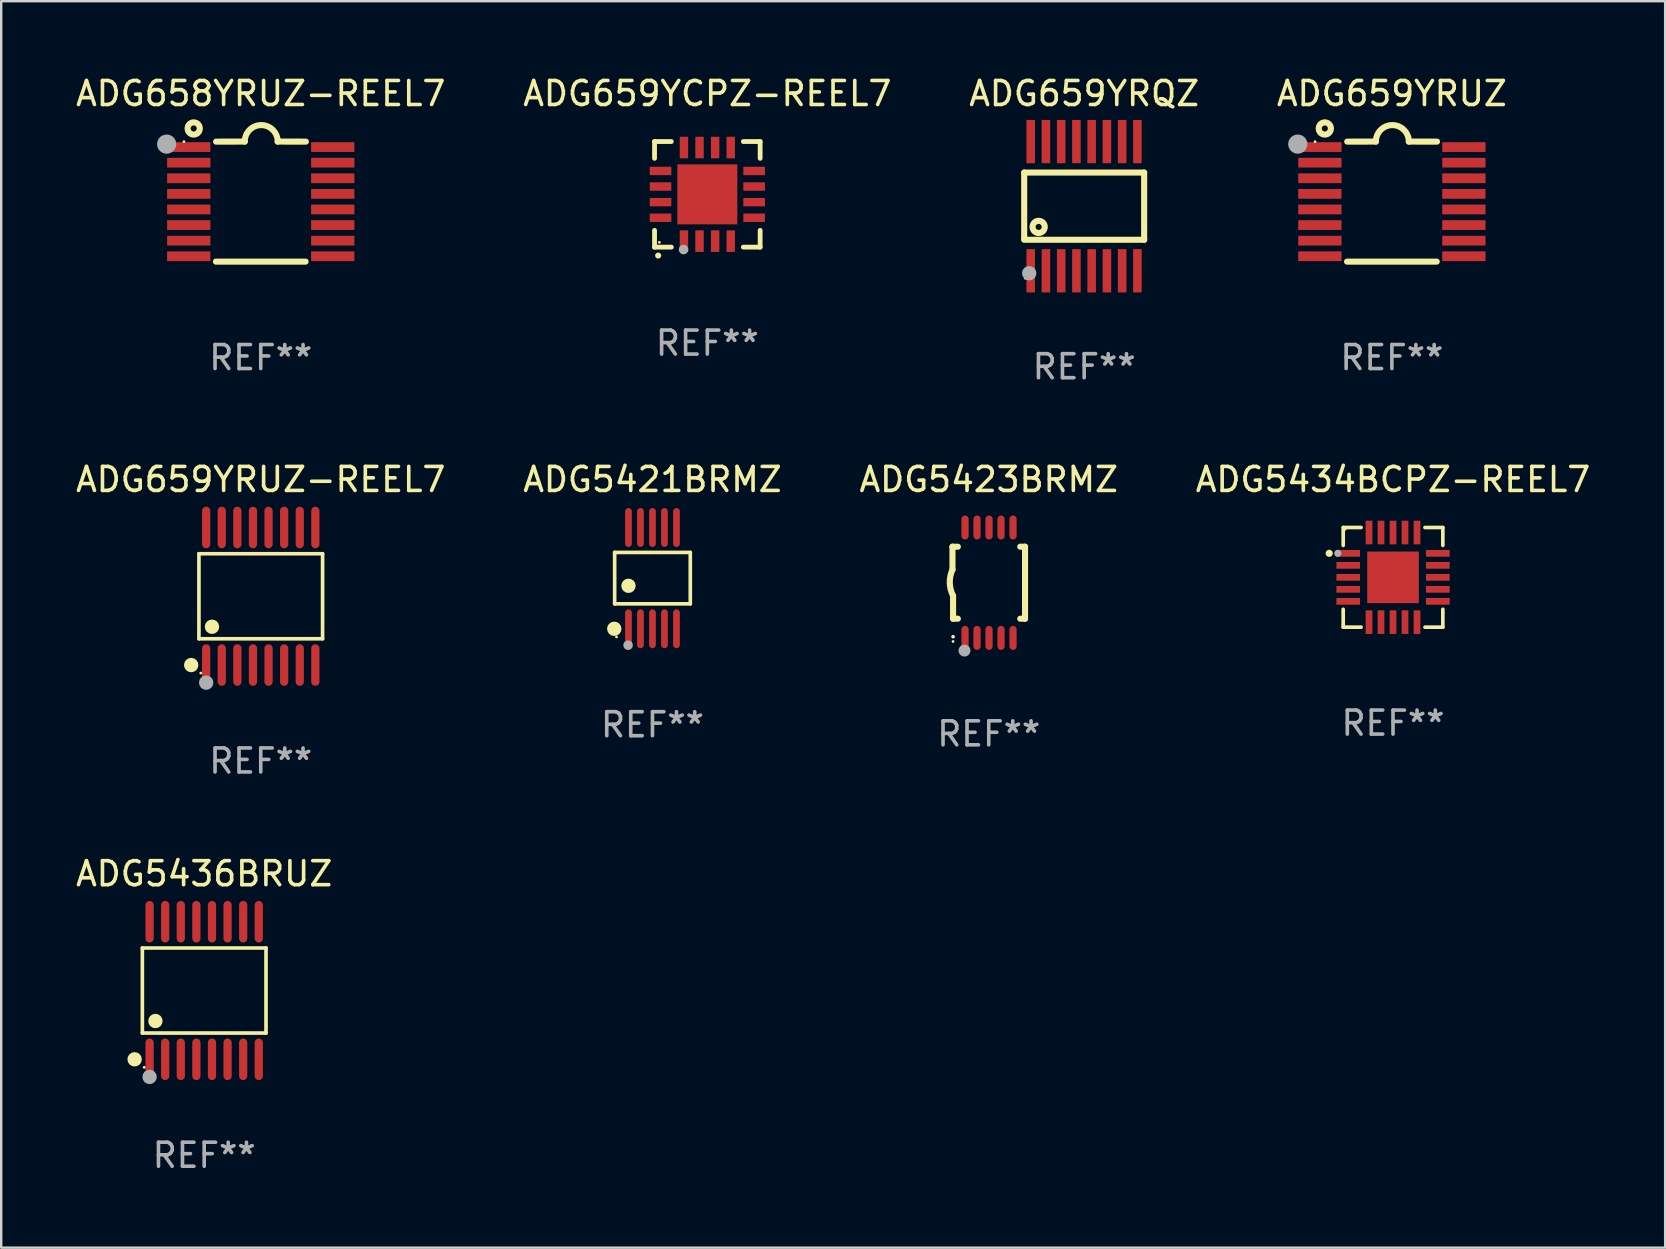
<source format=kicad_pcb>
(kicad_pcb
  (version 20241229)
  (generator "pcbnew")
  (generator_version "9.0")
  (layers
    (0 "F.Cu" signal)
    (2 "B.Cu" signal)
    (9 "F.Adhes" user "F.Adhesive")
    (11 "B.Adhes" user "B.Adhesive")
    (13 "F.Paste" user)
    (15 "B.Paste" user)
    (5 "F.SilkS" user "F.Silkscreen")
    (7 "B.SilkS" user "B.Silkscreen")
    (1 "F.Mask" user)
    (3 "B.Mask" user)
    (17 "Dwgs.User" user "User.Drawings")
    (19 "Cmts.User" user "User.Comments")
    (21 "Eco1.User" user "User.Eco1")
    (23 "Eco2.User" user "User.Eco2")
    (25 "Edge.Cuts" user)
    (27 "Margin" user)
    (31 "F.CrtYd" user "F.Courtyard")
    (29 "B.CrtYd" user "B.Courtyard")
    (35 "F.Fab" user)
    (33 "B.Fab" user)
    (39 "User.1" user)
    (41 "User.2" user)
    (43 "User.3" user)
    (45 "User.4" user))
  (footprint "ADG659YRUZ-REEL7"
    (layer "F.Cu")
    (at 7.815 21.795)
    (property "Reference" "ADG659YRUZ-REEL7" (at 0 -4.866 0) (layer "F.SilkS") (effects (font (size 1 1) (thickness 0.15))))
    (attr through_hole)
    (fp_line (start -2.576 -1.772) (end 2.576 -1.772) (stroke (width 0.152) (type solid)) (layer "F.SilkS"))
    (fp_line (start -2.576 1.771) (end -2.576 -1.772) (stroke (width 0.152) (type solid)) (layer "F.SilkS"))
    (fp_line (start 2.576 -1.772) (end 2.576 1.771) (stroke (width 0.152) (type solid)) (layer "F.SilkS"))
    (fp_line (start 2.576 1.771) (end -2.576 1.771) (stroke (width 0.152) (type solid)) (layer "F.SilkS"))
    (fp_circle (center -2.899 2.866) (end -2.749 2.866) (stroke (width 0.3) (type solid)) (fill no) (layer "F.SilkS"))
    (fp_circle (center -2.5 3.2) (end -2.47 3.2) (stroke (width 0.06) (type solid)) (fill no) (layer "F.SilkS"))
    (fp_circle (center -2.032 1.27) (end -1.882 1.27) (stroke (width 0.3) (type solid)) (fill no) (layer "F.SilkS"))
    (fp_circle (center -2.275 3.6) (end -2.125 3.6) (stroke (width 0.3) (type solid)) (fill no) (layer "F.Fab"))
    (fp_text user "REF**" (at 0 6.866 0) (layer "F.Fab") (effects (font (size 1 1) (thickness 0.15))))
    (pad "1" smd oval (at -2.275 2.866) (size 0.343 1.731) (layers "F.Cu" "F.Mask" "F.Paste"))
    (pad "2" smd oval (at -1.625 2.866) (size 0.343 1.731) (layers "F.Cu" "F.Mask" "F.Paste"))
    (pad "3" smd oval (at -0.975 2.866) (size 0.343 1.731) (layers "F.Cu" "F.Mask" "F.Paste"))
    (pad "4" smd oval (at -0.325 2.866) (size 0.343 1.731) (layers "F.Cu" "F.Mask" "F.Paste"))
    (pad "5" smd oval (at 0.325 2.866) (size 0.343 1.731) (layers "F.Cu" "F.Mask" "F.Paste"))
    (pad "6" smd oval (at 0.975 2.866) (size 0.343 1.731) (layers "F.Cu" "F.Mask" "F.Paste"))
    (pad "7" smd oval (at 1.625 2.866) (size 0.343 1.731) (layers "F.Cu" "F.Mask" "F.Paste"))
    (pad "8" smd oval (at 2.275 2.866) (size 0.343 1.731) (layers "F.Cu" "F.Mask" "F.Paste"))
    (pad "9" smd oval (at 2.275 -2.866) (size 0.343 1.731) (layers "F.Cu" "F.Mask" "F.Paste"))
    (pad "10" smd oval (at 1.625 -2.866) (size 0.343 1.731) (layers "F.Cu" "F.Mask" "F.Paste"))
    (pad "11" smd oval (at 0.975 -2.866) (size 0.343 1.731) (layers "F.Cu" "F.Mask" "F.Paste"))
    (pad "12" smd oval (at 0.325 -2.866) (size 0.343 1.731) (layers "F.Cu" "F.Mask" "F.Paste"))
    (pad "13" smd oval (at -0.325 -2.866) (size 0.343 1.731) (layers "F.Cu" "F.Mask" "F.Paste"))
    (pad "14" smd oval (at -0.975 -2.866) (size 0.343 1.731) (layers "F.Cu" "F.Mask" "F.Paste"))
    (pad "15" smd oval (at -1.625 -2.866) (size 0.343 1.731) (layers "F.Cu" "F.Mask" "F.Paste"))
    (pad "16" smd oval (at -2.275 -2.866) (size 0.343 1.731) (layers "F.Cu" "F.Mask" "F.Paste")))
  (footprint "ADG658YRUZ-REEL7"
    (layer "F.Cu")
    (at 7.815 5.35)
    (property "Reference" "ADG658YRUZ-REEL7" (at 0 -4.501 0) (layer "F.SilkS") (effects (font (size 1 1) (thickness 0.15))))
    (attr through_hole)
    (fp_line (start -1.868 2.501) (end 1.868 2.501) (stroke (width 0.254) (type solid)) (layer "F.SilkS"))
    (fp_line (start -1.86 -2.499) (end -0.666 -2.501) (stroke (width 0.254) (type solid)) (layer "F.SilkS"))
    (fp_line (start 0.706 -2.501) (end 1.88 -2.499) (stroke (width 0.254) (type solid)) (layer "F.SilkS"))
    (fp_arc (start -0.665914 -2.501448) (mid 0.019888 -3.18725) (end 0.70569 -2.501448) (stroke (width 0.254001) (type solid)) (layer "F.SilkS"))
    (fp_circle (center -3.2 -2.497) (end -3.17 -2.497) (stroke (width 0.06) (type solid)) (fill no) (layer "F.SilkS"))
    (fp_circle (center -2.794 -3.047) (end -2.54 -3.047) (stroke (width 0.254) (type solid)) (fill no) (layer "F.SilkS"))
    (fp_circle (center -3.921 -2.395) (end -3.721 -2.395) (stroke (width 0.4) (type solid)) (fill no) (layer "F.Fab"))
    (fp_text user "REF**" (at 0 6.501 0) (layer "F.Fab") (effects (font (size 1 1) (thickness 0.15))))
    (pad "1" smd rect (at -3 -2.272) (size 1.803 0.406) (layers "F.Cu" "F.Mask" "F.Paste"))
    (pad "2" smd rect (at -3 -1.622) (size 1.803 0.406) (layers "F.Cu" "F.Mask" "F.Paste"))
    (pad "3" smd rect (at -3 -0.972) (size 1.803 0.406) (layers "F.Cu" "F.Mask" "F.Paste"))
    (pad "4" smd rect (at -3 -0.322) (size 1.803 0.406) (layers "F.Cu" "F.Mask" "F.Paste"))
    (pad "5" smd rect (at -3 0.328) (size 1.803 0.406) (layers "F.Cu" "F.Mask" "F.Paste"))
    (pad "6" smd rect (at -3 0.978) (size 1.803 0.406) (layers "F.Cu" "F.Mask" "F.Paste"))
    (pad "7" smd rect (at -3 1.628) (size 1.803 0.406) (layers "F.Cu" "F.Mask" "F.Paste"))
    (pad "8" smd rect (at -3 2.278) (size 1.803 0.406) (layers "F.Cu" "F.Mask" "F.Paste"))
    (pad "9" smd rect (at 3 2.278) (size 1.803 0.406) (layers "F.Cu" "F.Mask" "F.Paste"))
    (pad "10" smd rect (at 3 1.628) (size 1.803 0.406) (layers "F.Cu" "F.Mask" "F.Paste"))
    (pad "11" smd rect (at 3 0.978) (size 1.803 0.406) (layers "F.Cu" "F.Mask" "F.Paste"))
    (pad "12" smd rect (at 3 0.328) (size 1.803 0.406) (layers "F.Cu" "F.Mask" "F.Paste"))
    (pad "13" smd rect (at 3 -0.322) (size 1.803 0.406) (layers "F.Cu" "F.Mask" "F.Paste"))
    (pad "14" smd rect (at 3 -0.972) (size 1.803 0.406) (layers "F.Cu" "F.Mask" "F.Paste"))
    (pad "15" smd rect (at 3 -1.622) (size 1.803 0.406) (layers "F.Cu" "F.Mask" "F.Paste"))
    (pad "16" smd rect (at 3 -2.272) (size 1.803 0.406) (layers "F.Cu" "F.Mask" "F.Paste")))
  (footprint "ADG659YRQZ"
    (layer "F.Cu")
    (at 42.125 5.541)
    (property "Reference" "ADG659YRQZ" (at 0 -4.692 0) (layer "F.SilkS") (effects (font (size 1 1) (thickness 0.15))))
    (attr through_hole)
    (fp_line (start -2.499 1.372) (end -2.499 -1.4) (stroke (width 0.254) (type solid)) (layer "F.SilkS"))
    (fp_line (start 2.499 -1.4) (end -2.499 -1.4) (stroke (width 0.254) (type solid)) (layer "F.SilkS"))
    (fp_line (start 2.499 1.4) (end -2.499 1.4) (stroke (width 0.254) (type solid)) (layer "F.SilkS"))
    (fp_line (start 2.499 1.4) (end 2.499 -1.4) (stroke (width 0.254) (type solid)) (layer "F.SilkS"))
    (fp_circle (center -2.455 3) (end -2.425 3) (stroke (width 0.06) (type solid)) (fill no) (layer "F.SilkS"))
    (fp_circle (center -1.897 0.864) (end -1.643 0.864) (stroke (width 0.254) (type solid)) (fill no) (layer "F.SilkS"))
    (fp_circle (center -2.291 2.794) (end -2.141 2.794) (stroke (width 0.3) (type solid)) (fill no) (layer "F.Fab"))
    (fp_text user "REF**" (at 0 6.692 0) (layer "F.Fab") (effects (font (size 1 1) (thickness 0.15))))
    (pad "1" smd rect (at -2.228 2.692 90) (size 1.803 0.356) (layers "F.Cu" "F.Mask" "F.Paste"))
    (pad "2" smd rect (at -1.593 2.692 90) (size 1.803 0.356) (layers "F.Cu" "F.Mask" "F.Paste"))
    (pad "3" smd rect (at -0.958 2.692 90) (size 1.803 0.356) (layers "F.Cu" "F.Mask" "F.Paste"))
    (pad "4" smd rect (at -0.323 2.692 90) (size 1.803 0.356) (layers "F.Cu" "F.Mask" "F.Paste"))
    (pad "5" smd rect (at 0.312 2.692 90) (size 1.803 0.356) (layers "F.Cu" "F.Mask" "F.Paste"))
    (pad "6" smd rect (at 0.947 2.692 90) (size 1.803 0.356) (layers "F.Cu" "F.Mask" "F.Paste"))
    (pad "7" smd rect (at 1.582 2.692 90) (size 1.803 0.356) (layers "F.Cu" "F.Mask" "F.Paste"))
    (pad "8" smd rect (at 2.217 2.692 90) (size 1.803 0.356) (layers "F.Cu" "F.Mask" "F.Paste"))
    (pad "9" smd rect (at 2.217 -2.692 90) (size 1.803 0.356) (layers "F.Cu" "F.Mask" "F.Paste"))
    (pad "10" smd rect (at 1.582 -2.692 90) (size 1.803 0.356) (layers "F.Cu" "F.Mask" "F.Paste"))
    (pad "11" smd rect (at 0.947 -2.692 90) (size 1.803 0.356) (layers "F.Cu" "F.Mask" "F.Paste"))
    (pad "12" smd rect (at 0.312 -2.692 90) (size 1.803 0.356) (layers "F.Cu" "F.Mask" "F.Paste"))
    (pad "13" smd rect (at -0.323 -2.692 90) (size 1.803 0.356) (layers "F.Cu" "F.Mask" "F.Paste"))
    (pad "14" smd rect (at -0.958 -2.692 90) (size 1.803 0.356) (layers "F.Cu" "F.Mask" "F.Paste"))
    (pad "15" smd rect (at -1.593 -2.692 90) (size 1.803 0.356) (layers "F.Cu" "F.Mask" "F.Paste"))
    (pad "16" smd rect (at -2.228 -2.692 90) (size 1.803 0.356) (layers "F.Cu" "F.Mask" "F.Paste")))
  (footprint "ADG5423BRMZ"
    (layer "F.Cu")
    (at 38.149 21.23)
    (property "Reference" "ADG5423BRMZ" (at 0 -4.3 0) (layer "F.SilkS") (effects (font (size 1 1) (thickness 0.15))))
    (attr through_hole)
    (fp_line (start -1.512 -1.5) (end -1.512 -0.546) (stroke (width 0.254) (type solid)) (layer "F.SilkS"))
    (fp_line (start -1.487 0.546) (end -1.487 1.5) (stroke (width 0.254) (type solid)) (layer "F.SilkS"))
    (fp_line (start -1.288 -1.5) (end -1.512 -1.5) (stroke (width 0.254) (type solid)) (layer "F.SilkS"))
    (fp_line (start -1.288 1.5) (end -1.487 1.5) (stroke (width 0.254) (type solid)) (layer "F.SilkS"))
    (fp_line (start 1.512 -1.5) (end 1.312 -1.5) (stroke (width 0.254) (type solid)) (layer "F.SilkS"))
    (fp_line (start 1.512 -1.5) (end 1.512 1.5) (stroke (width 0.254) (type solid)) (layer "F.SilkS"))
    (fp_line (start 1.512 1.5) (end 1.312 1.5) (stroke (width 0.254) (type solid)) (layer "F.SilkS"))
    (fp_arc (start -1.487998 2.250013) (mid -1.486728 2.250007) (end -1.485458 2.250013) (stroke (width 0.150013) (type solid)) (layer "F.SilkS"))
    (fp_arc (start -1.486602 0.546102) (mid -1.624196 0.002905) (end -1.512002 -0.546101) (stroke (width 0.254001) (type solid)) (layer "F.SilkS"))
    (fp_circle (center -1.488 2.45) (end -1.458 2.45) (stroke (width 0.06) (type solid)) (fill no) (layer "F.SilkS"))
    (fp_circle (center -1.012 2.828) (end -0.887 2.828) (stroke (width 0.25) (type solid)) (fill no) (layer "F.Fab"))
    (fp_text user "REF**" (at 0 6.3 0) (layer "F.Fab") (effects (font (size 1 1) (thickness 0.15))))
    (pad "1" smd oval (at -0.988 2.3) (size 0.3 1) (layers "F.Cu" "F.Mask" "F.Paste"))
    (pad "2" smd oval (at -0.488 2.3) (size 0.3 1) (layers "F.Cu" "F.Mask" "F.Paste"))
    (pad "3" smd oval (at 0.012 2.3) (size 0.3 1) (layers "F.Cu" "F.Mask" "F.Paste"))
    (pad "4" smd oval (at 0.512 2.3) (size 0.3 1) (layers "F.Cu" "F.Mask" "F.Paste"))
    (pad "5" smd oval (at 1.012 2.3) (size 0.3 1) (layers "F.Cu" "F.Mask" "F.Paste"))
    (pad "6" smd oval (at 1.012 -2.3) (size 0.3 1) (layers "F.Cu" "F.Mask" "F.Paste"))
    (pad "7" smd oval (at 0.512 -2.3) (size 0.3 1) (layers "F.Cu" "F.Mask" "F.Paste"))
    (pad "8" smd oval (at 0.012 -2.3) (size 0.3 1) (layers "F.Cu" "F.Mask" "F.Paste"))
    (pad "9" smd oval (at -0.488 -2.3) (size 0.3 1) (layers "F.Cu" "F.Mask" "F.Paste"))
    (pad "10" smd oval (at -0.988 -2.3) (size 0.3 1) (layers "F.Cu" "F.Mask" "F.Paste")))
  (footprint "ADG659YRUZ"
    (layer "F.Cu")
    (at 54.946 5.35)
    (property "Reference" "ADG659YRUZ" (at 0 -4.501 0) (layer "F.SilkS") (effects (font (size 1 1) (thickness 0.15))))
    (attr through_hole)
    (fp_line (start -1.868 2.501) (end 1.868 2.501) (stroke (width 0.254) (type solid)) (layer "F.SilkS"))
    (fp_line (start -1.86 -2.499) (end -0.666 -2.501) (stroke (width 0.254) (type solid)) (layer "F.SilkS"))
    (fp_line (start 0.706 -2.501) (end 1.88 -2.499) (stroke (width 0.254) (type solid)) (layer "F.SilkS"))
    (fp_arc (start -0.665914 -2.501448) (mid 0.019888 -3.18725) (end 0.70569 -2.501448) (stroke (width 0.254001) (type solid)) (layer "F.SilkS"))
    (fp_circle (center -3.2 -2.497) (end -3.17 -2.497) (stroke (width 0.06) (type solid)) (fill no) (layer "F.SilkS"))
    (fp_circle (center -2.794 -3.047) (end -2.54 -3.047) (stroke (width 0.254) (type solid)) (fill no) (layer "F.SilkS"))
    (fp_circle (center -3.921 -2.395) (end -3.721 -2.395) (stroke (width 0.4) (type solid)) (fill no) (layer "F.Fab"))
    (fp_text user "REF**" (at 0 6.501 0) (layer "F.Fab") (effects (font (size 1 1) (thickness 0.15))))
    (pad "1" smd rect (at -3 -2.272) (size 1.803 0.406) (layers "F.Cu" "F.Mask" "F.Paste"))
    (pad "2" smd rect (at -3 -1.622) (size 1.803 0.406) (layers "F.Cu" "F.Mask" "F.Paste"))
    (pad "3" smd rect (at -3 -0.972) (size 1.803 0.406) (layers "F.Cu" "F.Mask" "F.Paste"))
    (pad "4" smd rect (at -3 -0.322) (size 1.803 0.406) (layers "F.Cu" "F.Mask" "F.Paste"))
    (pad "5" smd rect (at -3 0.328) (size 1.803 0.406) (layers "F.Cu" "F.Mask" "F.Paste"))
    (pad "6" smd rect (at -3 0.978) (size 1.803 0.406) (layers "F.Cu" "F.Mask" "F.Paste"))
    (pad "7" smd rect (at -3 1.628) (size 1.803 0.406) (layers "F.Cu" "F.Mask" "F.Paste"))
    (pad "8" smd rect (at -3 2.278) (size 1.803 0.406) (layers "F.Cu" "F.Mask" "F.Paste"))
    (pad "9" smd rect (at 3 2.278) (size 1.803 0.406) (layers "F.Cu" "F.Mask" "F.Paste"))
    (pad "10" smd rect (at 3 1.628) (size 1.803 0.406) (layers "F.Cu" "F.Mask" "F.Paste"))
    (pad "11" smd rect (at 3 0.978) (size 1.803 0.406) (layers "F.Cu" "F.Mask" "F.Paste"))
    (pad "12" smd rect (at 3 0.328) (size 1.803 0.406) (layers "F.Cu" "F.Mask" "F.Paste"))
    (pad "13" smd rect (at 3 -0.322) (size 1.803 0.406) (layers "F.Cu" "F.Mask" "F.Paste"))
    (pad "14" smd rect (at 3 -0.972) (size 1.803 0.406) (layers "F.Cu" "F.Mask" "F.Paste"))
    (pad "15" smd rect (at 3 -1.622) (size 1.803 0.406) (layers "F.Cu" "F.Mask" "F.Paste"))
    (pad "16" smd rect (at 3 -2.272) (size 1.803 0.406) (layers "F.Cu" "F.Mask" "F.Paste")))
  (footprint "ADG5434BCPZ-REEL7"
    (layer "F.Cu")
    (at 54.994 21.006)
    (property "Reference" "ADG5434BCPZ-REEL7" (at 0 -4.076 0) (layer "F.SilkS") (effects (font (size 1 1) (thickness 0.15))))
    (attr through_hole)
    (fp_line (start -2.076 -2.076) (end -2.076 -1.331) (stroke (width 0.152) (type solid)) (layer "F.SilkS"))
    (fp_line (start -2.076 2.076) (end -2.076 1.331) (stroke (width 0.152) (type solid)) (layer "F.SilkS"))
    (fp_line (start -1.331 -2.076) (end -2.076 -2.076) (stroke (width 0.152) (type solid)) (layer "F.SilkS"))
    (fp_line (start -1.331 2.076) (end -2.076 2.076) (stroke (width 0.152) (type solid)) (layer "F.SilkS"))
    (fp_line (start 1.331 -2.076) (end 2.076 -2.076) (stroke (width 0.152) (type solid)) (layer "F.SilkS"))
    (fp_line (start 1.331 2.076) (end 2.076 2.076) (stroke (width 0.152) (type solid)) (layer "F.SilkS"))
    (fp_line (start 2.076 -2.076) (end 2.076 -1.331) (stroke (width 0.152) (type solid)) (layer "F.SilkS"))
    (fp_line (start 2.076 2.076) (end 2.076 1.331) (stroke (width 0.152) (type solid)) (layer "F.SilkS"))
    (fp_circle (center -2.66 -1) (end -2.585 -1) (stroke (width 0.15) (type solid)) (fill no) (layer "F.SilkS"))
    (fp_circle (center -2 -2) (end -1.97 -2) (stroke (width 0.06) (type solid)) (fill no) (layer "F.SilkS"))
    (fp_circle (center -2.3 -1) (end -2.225 -1) (stroke (width 0.15) (type solid)) (fill no) (layer "F.Fab"))
    (fp_text user "REF**" (at 0 6.076 0) (layer "F.Fab") (effects (font (size 1 1) (thickness 0.15))))
    (pad "1" smd rect (at -1.867 -1) (size 0.985 0.28) (layers "F.Cu" "F.Mask" "F.Paste"))
    (pad "2" smd rect (at -1.867 -0.5) (size 0.985 0.28) (layers "F.Cu" "F.Mask" "F.Paste"))
    (pad "3" smd rect (at -1.867 0) (size 0.985 0.28) (layers "F.Cu" "F.Mask" "F.Paste"))
    (pad "4" smd rect (at -1.867 0.5) (size 0.985 0.28) (layers "F.Cu" "F.Mask" "F.Paste"))
    (pad "5" smd rect (at -1.867 1) (size 0.985 0.28) (layers "F.Cu" "F.Mask" "F.Paste"))
    (pad "6" smd rect (at -1 1.867) (size 0.28 0.985) (layers "F.Cu" "F.Mask" "F.Paste"))
    (pad "7" smd rect (at -0.5 1.867) (size 0.28 0.985) (layers "F.Cu" "F.Mask" "F.Paste"))
    (pad "8" smd rect (at 0 1.867) (size 0.28 0.985) (layers "F.Cu" "F.Mask" "F.Paste"))
    (pad "9" smd rect (at 0.5 1.867) (size 0.28 0.985) (layers "F.Cu" "F.Mask" "F.Paste"))
    (pad "10" smd rect (at 1 1.867) (size 0.28 0.985) (layers "F.Cu" "F.Mask" "F.Paste"))
    (pad "11" smd rect (at 1.867 1) (size 0.985 0.28) (layers "F.Cu" "F.Mask" "F.Paste"))
    (pad "12" smd rect (at 1.867 0.5) (size 0.985 0.28) (layers "F.Cu" "F.Mask" "F.Paste"))
    (pad "13" smd rect (at 1.867 0) (size 0.985 0.28) (layers "F.Cu" "F.Mask" "F.Paste"))
    (pad "14" smd rect (at 1.867 -0.5) (size 0.985 0.28) (layers "F.Cu" "F.Mask" "F.Paste"))
    (pad "15" smd rect (at 1.867 -1) (size 0.985 0.28) (layers "F.Cu" "F.Mask" "F.Paste"))
    (pad "16" smd rect (at 1 -1.867) (size 0.28 0.985) (layers "F.Cu" "F.Mask" "F.Paste"))
    (pad "17" smd rect (at 0.5 -1.867) (size 0.28 0.985) (layers "F.Cu" "F.Mask" "F.Paste"))
    (pad "18" smd rect (at 0 -1.867) (size 0.28 0.985) (layers "F.Cu" "F.Mask" "F.Paste"))
    (pad "19" smd rect (at -0.5 -1.867) (size 0.28 0.985) (layers "F.Cu" "F.Mask" "F.Paste"))
    (pad "20" smd rect (at -1 -1.867) (size 0.28 0.985) (layers "F.Cu" "F.Mask" "F.Paste"))
    (pad "21" smd rect (at 0 0) (size 2.15 2.15) (layers "F.Cu" "F.Mask" "F.Paste")))
  (footprint "ADG5421BRMZ"
    (layer "F.Cu")
    (at 24.137 21.04)
    (property "Reference" "ADG5421BRMZ" (at 0 -4.11 0) (layer "F.SilkS") (effects (font (size 1 1) (thickness 0.15))))
    (attr through_hole)
    (fp_line (start -1.576 -1.071) (end 1.576 -1.071) (stroke (width 0.152) (type solid)) (layer "F.SilkS"))
    (fp_line (start -1.576 1.071) (end -1.576 -1.071) (stroke (width 0.152) (type solid)) (layer "F.SilkS"))
    (fp_line (start 1.576 -1.071) (end 1.576 1.071) (stroke (width 0.152) (type solid)) (layer "F.SilkS"))
    (fp_line (start 1.576 1.071) (end -1.576 1.071) (stroke (width 0.152) (type solid)) (layer "F.SilkS"))
    (fp_circle (center -1.592 2.11) (end -1.442 2.11) (stroke (width 0.3) (type solid)) (fill no) (layer "F.SilkS"))
    (fp_circle (center -1.5 2.45) (end -1.47 2.45) (stroke (width 0.06) (type solid)) (fill no) (layer "F.SilkS"))
    (fp_circle (center -1 0.319) (end -0.85 0.319) (stroke (width 0.3) (type solid)) (fill no) (layer "F.SilkS"))
    (fp_circle (center -1.016 2.794) (end -0.916 2.794) (stroke (width 0.2) (type solid)) (fill no) (layer "F.Fab"))
    (fp_text user "REF**" (at 0 6.11 0) (layer "F.Fab") (effects (font (size 1 1) (thickness 0.15))))
    (pad "1" smd oval (at -1 2.11) (size 0.28 1.62) (layers "F.Cu" "F.Mask" "F.Paste"))
    (pad "2" smd oval (at -0.5 2.11) (size 0.28 1.62) (layers "F.Cu" "F.Mask" "F.Paste"))
    (pad "3" smd oval (at 0 2.11) (size 0.28 1.62) (layers "F.Cu" "F.Mask" "F.Paste"))
    (pad "4" smd oval (at 0.5 2.11) (size 0.28 1.62) (layers "F.Cu" "F.Mask" "F.Paste"))
    (pad "5" smd oval (at 1 2.11) (size 0.28 1.62) (layers "F.Cu" "F.Mask" "F.Paste"))
    (pad "6" smd oval (at 1 -2.11) (size 0.28 1.62) (layers "F.Cu" "F.Mask" "F.Paste"))
    (pad "7" smd oval (at 0.5 -2.11) (size 0.28 1.62) (layers "F.Cu" "F.Mask" "F.Paste"))
    (pad "8" smd oval (at 0 -2.11) (size 0.28 1.62) (layers "F.Cu" "F.Mask" "F.Paste"))
    (pad "9" smd oval (at -0.5 -2.11) (size 0.28 1.62) (layers "F.Cu" "F.Mask" "F.Paste"))
    (pad "10" smd oval (at -1 -2.11) (size 0.28 1.62) (layers "F.Cu" "F.Mask" "F.Paste")))
  (footprint "ADG659YCPZ-REEL7"
    (layer "F.Cu")
    (at 26.423 5.048)
    (property "Reference" "ADG659YCPZ-REEL7" (at 0 -4.2 0) (layer "F.SilkS") (effects (font (size 1 1) (thickness 0.15))))
    (attr through_hole)
    (fp_line (start -2.2 -2.2) (end -1.5 -2.2) (stroke (width 0.2) (type solid)) (layer "F.SilkS"))
    (fp_line (start -2.2 -1.5) (end -2.2 -2.2) (stroke (width 0.2) (type solid)) (layer "F.SilkS"))
    (fp_line (start -2.2 2.2) (end -2.2 1.5) (stroke (width 0.2) (type solid)) (layer "F.SilkS"))
    (fp_line (start -1.5 2.2) (end -2.2 2.2) (stroke (width 0.2) (type solid)) (layer "F.SilkS"))
    (fp_line (start 1.5 2.2) (end 2.2 2.2) (stroke (width 0.2) (type solid)) (layer "F.SilkS"))
    (fp_line (start 2.2 -2.2) (end 1.5 -2.2) (stroke (width 0.2) (type solid)) (layer "F.SilkS"))
    (fp_line (start 2.2 -1.5) (end 2.2 -2.2) (stroke (width 0.2) (type solid)) (layer "F.SilkS"))
    (fp_line (start 2.2 2.2) (end 2.2 1.5) (stroke (width 0.2) (type solid)) (layer "F.SilkS"))
    (fp_arc (start -2.049784 2.550165) (mid -2.048514 2.550159) (end -2.047244 2.550165) (stroke (width 0.25) (type solid)) (layer "F.SilkS"))
    (fp_circle (center -2 2) (end -1.97 2) (stroke (width 0.06) (type solid)) (fill no) (layer "F.SilkS"))
    (fp_circle (center -0.99 2.3) (end -0.89 2.3) (stroke (width 0.2) (type solid)) (fill no) (layer "F.Fab"))
    (fp_text user "REF**" (at 0 6.2 0) (layer "F.Fab") (effects (font (size 1 1) (thickness 0.15))))
    (pad "1" smd rect (at -0.975 1.95 180) (size 0.35 0.9) (layers "F.Cu" "F.Mask" "F.Paste"))
    (pad "2" smd rect (at -0.325 1.95 180) (size 0.35 0.9) (layers "F.Cu" "F.Mask" "F.Paste"))
    (pad "3" smd rect (at 0.325 1.95 180) (size 0.35 0.9) (layers "F.Cu" "F.Mask" "F.Paste"))
    (pad "4" smd rect (at 0.975 1.95 180) (size 0.35 0.9) (layers "F.Cu" "F.Mask" "F.Paste"))
    (pad "5" smd rect (at 1.95 0.975 90) (size 0.35 0.9) (layers "F.Cu" "F.Mask" "F.Paste"))
    (pad "6" smd rect (at 1.95 0.325 90) (size 0.35 0.9) (layers "F.Cu" "F.Mask" "F.Paste"))
    (pad "7" smd rect (at 1.95 -0.325 90) (size 0.35 0.9) (layers "F.Cu" "F.Mask" "F.Paste"))
    (pad "8" smd rect (at 1.95 -0.975 90) (size 0.35 0.9) (layers "F.Cu" "F.Mask" "F.Paste"))
    (pad "9" smd rect (at 0.975 -1.95 180) (size 0.35 0.9) (layers "F.Cu" "F.Mask" "F.Paste"))
    (pad "10" smd rect (at 0.325 -1.95 180) (size 0.35 0.9) (layers "F.Cu" "F.Mask" "F.Paste"))
    (pad "11" smd rect (at -0.325 -1.95 180) (size 0.35 0.9) (layers "F.Cu" "F.Mask" "F.Paste"))
    (pad "12" smd rect (at -0.975 -1.95 180) (size 0.35 0.9) (layers "F.Cu" "F.Mask" "F.Paste"))
    (pad "13" smd rect (at -1.95 -0.975 90) (size 0.35 0.9) (layers "F.Cu" "F.Mask" "F.Paste"))
    (pad "14" smd rect (at -1.95 -0.325 90) (size 0.35 0.9) (layers "F.Cu" "F.Mask" "F.Paste"))
    (pad "15" smd rect (at -1.95 0.325 90) (size 0.35 0.9) (layers "F.Cu" "F.Mask" "F.Paste"))
    (pad "16" smd rect (at -1.95 0.975 90) (size 0.35 0.9) (layers "F.Cu" "F.Mask" "F.Paste"))
    (pad "17" smd rect (at 0.000051 0.000051 90) (size 2.5 2.5) (layers "F.Cu" "F.Mask" "F.Paste")))
  (footprint "ADG5436BRUZ"
    (layer "F.Cu")
    (at 5.458 38.223)
    (property "Reference" "ADG5436BRUZ" (at 0 -4.866 0) (layer "F.SilkS") (effects (font (size 1 1) (thickness 0.15))))
    (attr through_hole)
    (fp_line (start -2.576 -1.772) (end 2.576 -1.772) (stroke (width 0.152) (type solid)) (layer "F.SilkS"))
    (fp_line (start -2.576 1.771) (end -2.576 -1.772) (stroke (width 0.152) (type solid)) (layer "F.SilkS"))
    (fp_line (start 2.576 -1.772) (end 2.576 1.771) (stroke (width 0.152) (type solid)) (layer "F.SilkS"))
    (fp_line (start 2.576 1.771) (end -2.576 1.771) (stroke (width 0.152) (type solid)) (layer "F.SilkS"))
    (fp_circle (center -2.899 2.866) (end -2.749 2.866) (stroke (width 0.3) (type solid)) (fill no) (layer "F.SilkS"))
    (fp_circle (center -2.5 3.2) (end -2.47 3.2) (stroke (width 0.06) (type solid)) (fill no) (layer "F.SilkS"))
    (fp_circle (center -2.032 1.27) (end -1.882 1.27) (stroke (width 0.3) (type solid)) (fill no) (layer "F.SilkS"))
    (fp_circle (center -2.275 3.6) (end -2.125 3.6) (stroke (width 0.3) (type solid)) (fill no) (layer "F.Fab"))
    (fp_text user "REF**" (at 0 6.866 0) (layer "F.Fab") (effects (font (size 1 1) (thickness 0.15))))
    (pad "1" smd oval (at -2.275 2.866) (size 0.343 1.731) (layers "F.Cu" "F.Mask" "F.Paste"))
    (pad "2" smd oval (at -1.625 2.866) (size 0.343 1.731) (layers "F.Cu" "F.Mask" "F.Paste"))
    (pad "3" smd oval (at -0.975 2.866) (size 0.343 1.731) (layers "F.Cu" "F.Mask" "F.Paste"))
    (pad "4" smd oval (at -0.325 2.866) (size 0.343 1.731) (layers "F.Cu" "F.Mask" "F.Paste"))
    (pad "5" smd oval (at 0.325 2.866) (size 0.343 1.731) (layers "F.Cu" "F.Mask" "F.Paste"))
    (pad "6" smd oval (at 0.975 2.866) (size 0.343 1.731) (layers "F.Cu" "F.Mask" "F.Paste"))
    (pad "7" smd oval (at 1.625 2.866) (size 0.343 1.731) (layers "F.Cu" "F.Mask" "F.Paste"))
    (pad "8" smd oval (at 2.275 2.866) (size 0.343 1.731) (layers "F.Cu" "F.Mask" "F.Paste"))
    (pad "9" smd oval (at 2.275 -2.866) (size 0.343 1.731) (layers "F.Cu" "F.Mask" "F.Paste"))
    (pad "10" smd oval (at 1.625 -2.866) (size 0.343 1.731) (layers "F.Cu" "F.Mask" "F.Paste"))
    (pad "11" smd oval (at 0.975 -2.866) (size 0.343 1.731) (layers "F.Cu" "F.Mask" "F.Paste"))
    (pad "12" smd oval (at 0.325 -2.866) (size 0.343 1.731) (layers "F.Cu" "F.Mask" "F.Paste"))
    (pad "13" smd oval (at -0.325 -2.866) (size 0.343 1.731) (layers "F.Cu" "F.Mask" "F.Paste"))
    (pad "14" smd oval (at -0.975 -2.866) (size 0.343 1.731) (layers "F.Cu" "F.Mask" "F.Paste"))
    (pad "15" smd oval (at -1.625 -2.866) (size 0.343 1.731) (layers "F.Cu" "F.Mask" "F.Paste"))
    (pad "16" smd oval (at -2.275 -2.866) (size 0.343 1.731) (layers "F.Cu" "F.Mask" "F.Paste")))
  (gr_rect
    (start -3 -3)
    (end 66.333 48.937)
    (stroke (width 0.1) (type default))
    (fill no)
    (layer "Edge.Cuts")))
</source>
